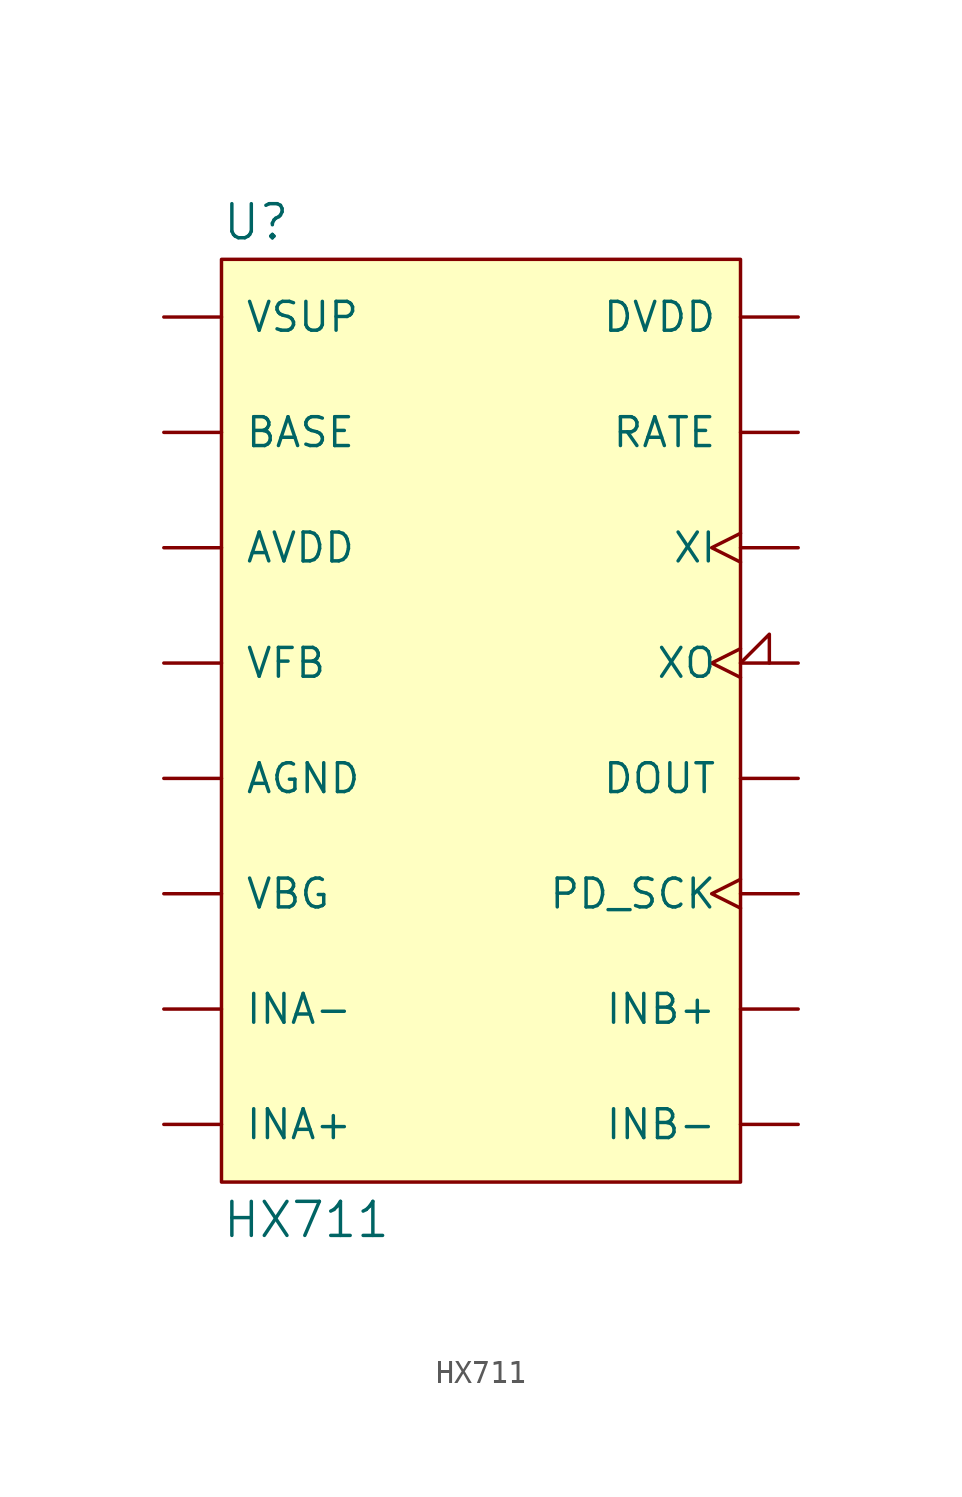
<source format=kicad_sym>
(kicad_symbol_lib
  (version 20211014)
  (generator kicad_symbol_editor)
  (symbol "HX711"
    (pin_names
      (offset 1.016))
    (property "Reference" "U"
      (at -12.7 21.082 0)
      (effects (font (size 1.499 1.499)) (justify left bottom)))
    (property "Value" "HX711"
      (at -12.7 -22.86 0)
      (effects (font (size 1.499 1.499)) (justify left bottom)))
    (symbol "HX711_1_0"
      (rectangle (start -12.7 20.32) (end 10.16 -20.32) (stroke (width 0) (type default) (color 0 0 0 0)) (fill (type background)))
      (pin power_in line (at -15.24 17.78 0) (length 2.54) (name "VSUP" (effects (font (size 1.27 1.27)))) (number "1" (effects (font (size 0 0)))))
      (pin input line (at 12.7 -12.7 180) (length 2.54) (name "INB+" (effects (font (size 1.27 1.27)))) (number "10" (effects (font (size 0 0)))))
      (pin input clock (at 12.7 -7.62 180) (length 2.54) (name "PD_SCK" (effects (font (size 1.27 1.27)))) (number "11" (effects (font (size 0 0)))))
      (pin output line (at 12.7 -2.54 180) (length 2.54) (name "DOUT" (effects (font (size 1.27 1.27)))) (number "12" (effects (font (size 0 0)))))
      (pin output clock_low (at 12.7 2.54 180) (length 2.54) (name "XO" (effects (font (size 1.27 1.27)))) (number "13" (effects (font (size 0 0)))))
      (pin input clock (at 12.7 7.62 180) (length 2.54) (name "XI" (effects (font (size 1.27 1.27)))) (number "14" (effects (font (size 0 0)))))
      (pin input line (at 12.7 12.7 180) (length 2.54) (name "RATE" (effects (font (size 1.27 1.27)))) (number "15" (effects (font (size 0 0)))))
      (pin power_in line (at 12.7 17.78 180) (length 2.54) (name "DVDD" (effects (font (size 1.27 1.27)))) (number "16" (effects (font (size 0 0)))))
      (pin output line (at -15.24 12.7 0) (length 2.54) (name "BASE" (effects (font (size 1.27 1.27)))) (number "2" (effects (font (size 0 0)))))
      (pin power_in line (at -15.24 7.62 0) (length 2.54) (name "AVDD" (effects (font (size 1.27 1.27)))) (number "3" (effects (font (size 0 0)))))
      (pin input line (at -15.24 2.54 0) (length 2.54) (name "VFB" (effects (font (size 1.27 1.27)))) (number "4" (effects (font (size 0 0)))))
      (pin power_in line (at -15.24 -2.54 0) (length 2.54) (name "AGND" (effects (font (size 1.27 1.27)))) (number "5" (effects (font (size 0 0)))))
      (pin output line (at -15.24 -7.62 0) (length 2.54) (name "VBG" (effects (font (size 1.27 1.27)))) (number "6" (effects (font (size 0 0)))))
      (pin input line (at -15.24 -12.7 0) (length 2.54) (name "INA-" (effects (font (size 1.27 1.27)))) (number "7" (effects (font (size 0 0)))))
      (pin input line (at -15.24 -17.78 0) (length 2.54) (name "INA+" (effects (font (size 1.27 1.27)))) (number "8" (effects (font (size 0 0)))))
      (pin input line (at 12.7 -17.78 180) (length 2.54) (name "INB-" (effects (font (size 1.27 1.27)))) (number "9" (effects (font (size 0 0))))))))
</source>
